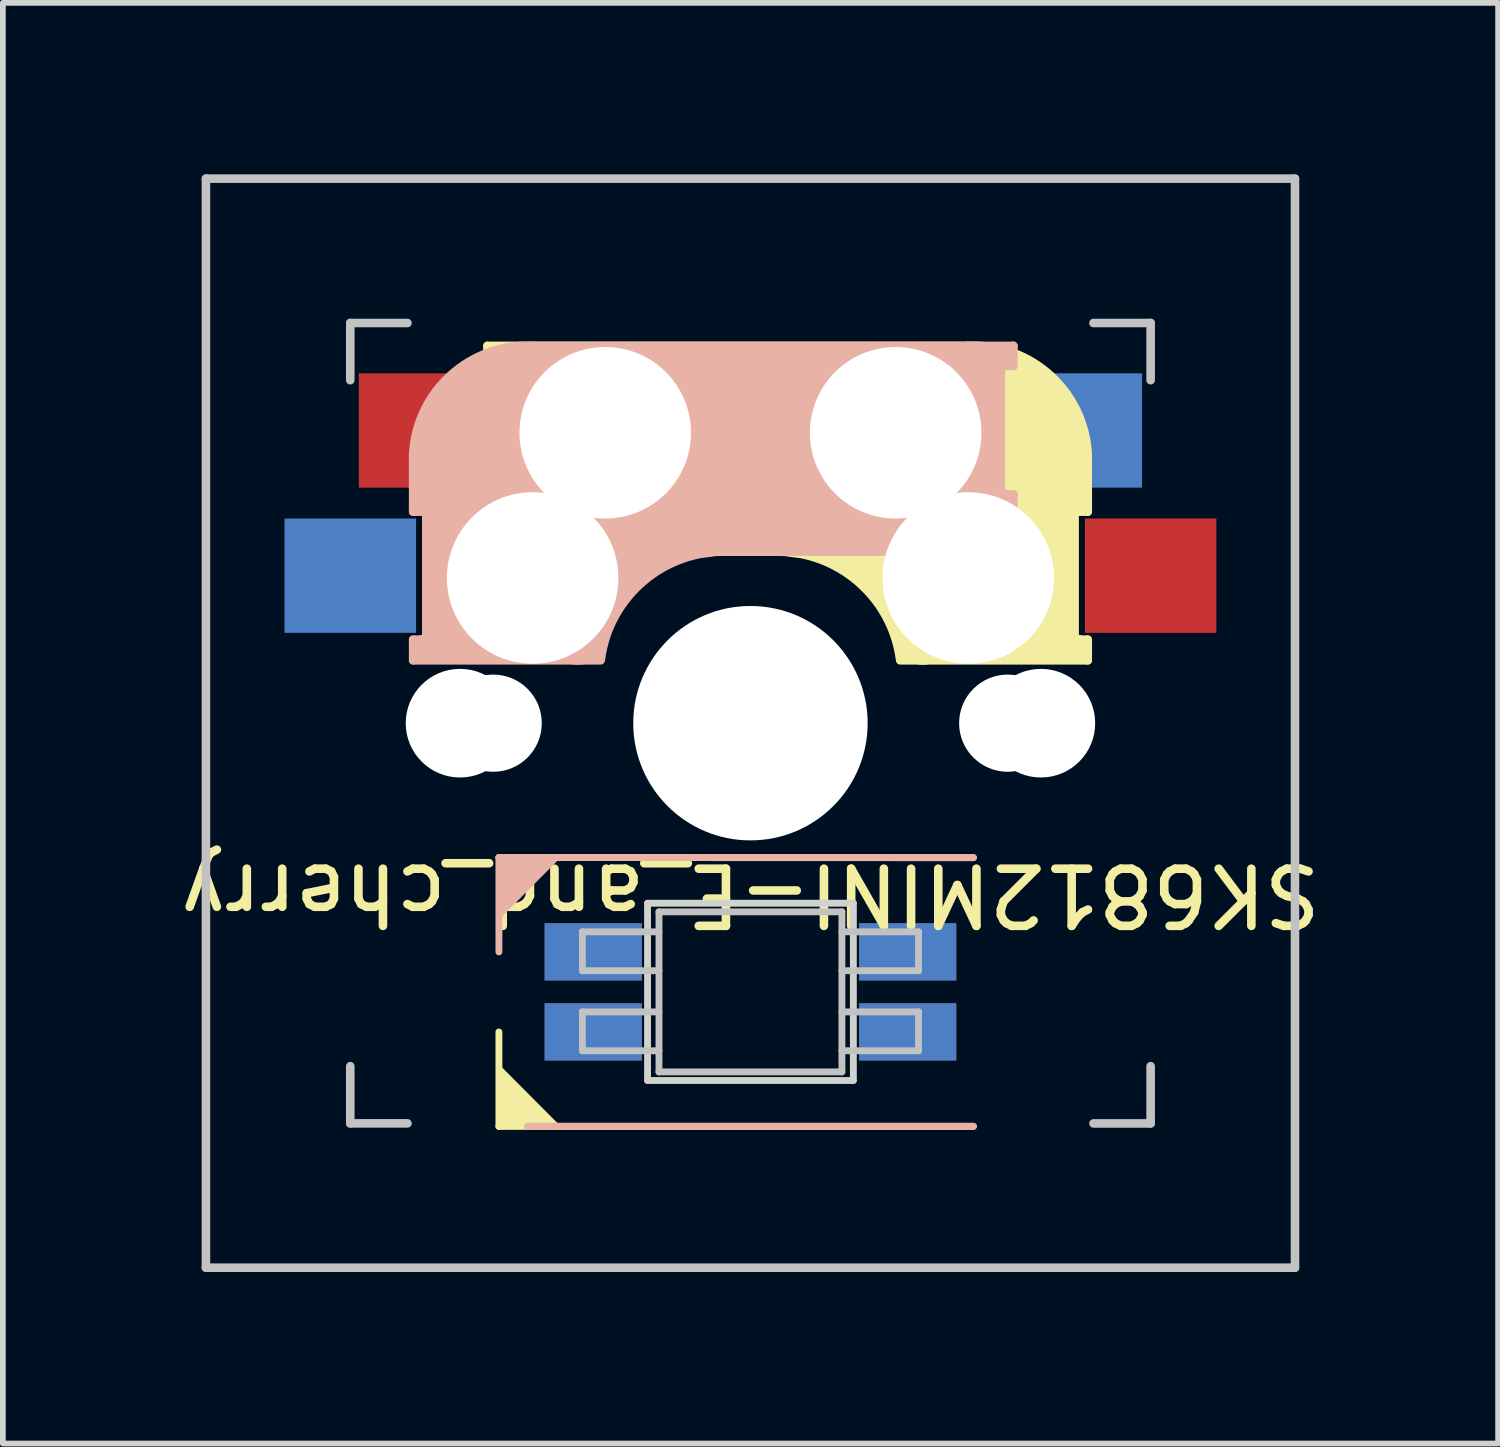
<source format=kicad_pcb>
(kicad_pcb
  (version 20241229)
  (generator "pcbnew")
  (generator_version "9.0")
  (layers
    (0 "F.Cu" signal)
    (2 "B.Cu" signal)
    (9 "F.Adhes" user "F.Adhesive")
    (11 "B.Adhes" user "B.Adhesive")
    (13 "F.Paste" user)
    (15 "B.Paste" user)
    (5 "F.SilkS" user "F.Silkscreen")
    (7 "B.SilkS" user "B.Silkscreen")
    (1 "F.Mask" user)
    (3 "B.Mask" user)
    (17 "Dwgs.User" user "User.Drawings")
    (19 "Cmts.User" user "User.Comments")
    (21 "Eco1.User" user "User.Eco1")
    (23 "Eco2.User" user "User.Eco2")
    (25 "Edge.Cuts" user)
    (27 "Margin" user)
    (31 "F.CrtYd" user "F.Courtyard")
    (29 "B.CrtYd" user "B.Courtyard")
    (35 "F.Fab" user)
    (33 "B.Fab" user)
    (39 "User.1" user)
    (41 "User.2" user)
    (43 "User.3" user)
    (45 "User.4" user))
  (footprint "SK6812MINI-E_and_cherry"
    (layer "F.Cu")
    (at 10.077 9.6)
    (property "Reference" "SK6812MINI-E_and_cherry" (at 0 3 180) (unlocked yes) (layer "F.SilkS") (effects (font (size 1 1) (thickness 0.15))))
    (attr through_hole)
    (fp_line (start -4.6 -6.6) (end 3.8 -6.6) (stroke (width 0.15) (type solid)) (layer "F.SilkS"))
    (fp_line (start -4.6 -6.25) (end -4.6 -6.6) (stroke (width 0.15) (type solid)) (layer "F.SilkS"))
    (fp_line (start -4.6 -4) (end -4.4 -4) (stroke (width 0.15) (type solid)) (layer "F.SilkS"))
    (fp_line (start -4.6 -3) (end -4.6 -4) (stroke (width 0.15) (type solid)) (layer "F.SilkS"))
    (fp_line (start -4.4 -6.4) (end -3 -6.4) (stroke (width 0.4) (type solid)) (layer "F.SilkS"))
    (fp_line (start -4.4 -6.25) (end -4.6 -6.25) (stroke (width 0.15) (type solid)) (layer "F.SilkS"))
    (fp_line (start -4.4 -3.9) (end -4.4 -3.2) (stroke (width 0.4) (type solid)) (layer "F.SilkS"))
    (fp_line (start -4.4 2.35) (end 3.9 2.353) (stroke (width 0.12) (type solid)) (layer "F.SilkS"))
    (fp_line (start -4.4 7.053) (end -4.4 5.402) (stroke (width 0.12) (type solid)) (layer "F.SilkS"))
    (fp_line (start -4.38 -4) (end -4.38 -6.25) (stroke (width 0.15) (type solid)) (layer "F.SilkS"))
    (fp_line (start -4.3 -3.3) (end -2.9 -3.3) (stroke (width 0.5) (type solid)) (layer "F.SilkS"))
    (fp_line (start -3.9 -6) (end -3.9 -3.5) (stroke (width 1) (type solid)) (layer "F.SilkS"))
    (fp_line (start -2.6 -4.8) (end 4.1 -4.8) (stroke (width 3.5) (type solid)) (layer "F.SilkS"))
    (fp_line (start 0.4 -3) (end -4.6 -3) (stroke (width 0.15) (type solid)) (layer "F.SilkS"))
    (fp_line (start 3.9 7.053) (end -4.4 7.053) (stroke (width 0.12) (type solid)) (layer "F.SilkS"))
    (fp_line (start 4.17 -5.1) (end 4.17 -2.86) (stroke (width 3) (type solid)) (layer "F.SilkS"))
    (fp_line (start 5.3 -1.6) (end 5.3 -3.4) (stroke (width 0.8) (type solid)) (layer "F.SilkS"))
    (fp_line (start 5.67 -3.7) (end 5.67 -1.46) (stroke (width 0.15) (type solid)) (layer "F.SilkS"))
    (fp_line (start 5.7 -1.46) (end 5.9 -1.46) (stroke (width 0.15) (type solid)) (layer "F.SilkS"))
    (fp_line (start 5.7 -1.3) (end 3 -1.3) (stroke (width 0.5) (type solid)) (layer "F.SilkS"))
    (fp_line (start 5.8 -3.8) (end 5.8 -4.7) (stroke (width 0.3) (type solid)) (layer "F.SilkS"))
    (fp_line (start 5.9 -4.7) (end 5.9 -3.7) (stroke (width 0.15) (type solid)) (layer "F.SilkS"))
    (fp_line (start 5.9 -3.7) (end 5.7 -3.7) (stroke (width 0.15) (type solid)) (layer "F.SilkS"))
    (fp_line (start 5.9 -1.1) (end 2.62 -1.1) (stroke (width 0.15) (type solid)) (layer "F.SilkS"))
    (fp_line (start 5.9 -1.1) (end 5.9 -1.46) (stroke (width 0.15) (type solid)) (layer "F.SilkS"))
    (fp_arc (start 0.4 -3) (mid 1.868709 -2.486118) (end 2.616318 -1.121471) (stroke (width 0.15) (type solid)) (layer "F.SilkS"))
    (fp_arc (start 0.8 -3.4) (mid 2.268709 -2.886118) (end 3.016318 -1.521471) (stroke (width 1) (type solid)) (layer "F.SilkS"))
    (fp_arc (start 3.8 -6.600001) (mid 5.243504 -6.084925) (end 5.900001 -4.7) (stroke (width 0.15) (type solid)) (layer "F.SilkS"))
    (fp_poly (pts (xy -3.392 7.05) (xy -4.4 7.053) (xy -4.4 6.037)) (stroke (width 0.1) (type solid)) (fill yes) (layer "F.SilkS"))
    (fp_line (start -5.9 -4.7) (end -5.9 -3.7) (stroke (width 0.15) (type solid)) (layer "B.SilkS"))
    (fp_line (start -5.9 -3.7) (end -5.7 -3.7) (stroke (width 0.15) (type solid)) (layer "B.SilkS"))
    (fp_line (start -5.9 -1.1) (end -5.9 -1.46) (stroke (width 0.15) (type solid)) (layer "B.SilkS"))
    (fp_line (start -5.9 -1.1) (end -2.62 -1.1) (stroke (width 0.15) (type solid)) (layer "B.SilkS"))
    (fp_line (start -5.8 -3.8) (end -5.8 -4.7) (stroke (width 0.3) (type solid)) (layer "B.SilkS"))
    (fp_line (start -5.7 -1.46) (end -5.9 -1.46) (stroke (width 0.15) (type solid)) (layer "B.SilkS"))
    (fp_line (start -5.7 -1.3) (end -3 -1.3) (stroke (width 0.5) (type solid)) (layer "B.SilkS"))
    (fp_line (start -5.67 -3.7) (end -5.67 -1.46) (stroke (width 0.15) (type solid)) (layer "B.SilkS"))
    (fp_line (start -5.3 -1.6) (end -5.3 -3.4) (stroke (width 0.8) (type solid)) (layer "B.SilkS"))
    (fp_line (start -4.4 2.35) (end -4.4 4.001) (stroke (width 0.12) (type solid)) (layer "B.SilkS"))
    (fp_line (start -4.17 -5.1) (end -4.17 -2.86) (stroke (width 3) (type solid)) (layer "B.SilkS"))
    (fp_line (start -3.9 7.05) (end 3.9 7.05) (stroke (width 0.12) (type solid)) (layer "B.SilkS"))
    (fp_line (start -0.4 -3) (end 4.6 -3) (stroke (width 0.15) (type solid)) (layer "B.SilkS"))
    (fp_line (start 2.6 -4.8) (end -4.1 -4.8) (stroke (width 3.5) (type solid)) (layer "B.SilkS"))
    (fp_line (start 3.9 -6) (end 3.9 -3.5) (stroke (width 1) (type solid)) (layer "B.SilkS"))
    (fp_line (start 3.9 2.35) (end -4.4 2.35) (stroke (width 0.12) (type solid)) (layer "B.SilkS"))
    (fp_line (start 4.3 -3.3) (end 2.9 -3.3) (stroke (width 0.5) (type solid)) (layer "B.SilkS"))
    (fp_line (start 4.38 -4) (end 4.38 -6.25) (stroke (width 0.15) (type solid)) (layer "B.SilkS"))
    (fp_line (start 4.4 -6.4) (end 3 -6.4) (stroke (width 0.4) (type solid)) (layer "B.SilkS"))
    (fp_line (start 4.4 -6.25) (end 4.6 -6.25) (stroke (width 0.15) (type solid)) (layer "B.SilkS"))
    (fp_line (start 4.4 -3.9) (end 4.4 -3.2) (stroke (width 0.4) (type solid)) (layer "B.SilkS"))
    (fp_line (start 4.6 -6.6) (end -3.8 -6.6) (stroke (width 0.15) (type solid)) (layer "B.SilkS"))
    (fp_line (start 4.6 -6.25) (end 4.6 -6.6) (stroke (width 0.15) (type solid)) (layer "B.SilkS"))
    (fp_line (start 4.6 -4) (end 4.4 -4) (stroke (width 0.15) (type solid)) (layer "B.SilkS"))
    (fp_line (start 4.6 -3) (end 4.6 -4) (stroke (width 0.15) (type solid)) (layer "B.SilkS"))
    (fp_arc (start -5.9 -4.699999) (mid -5.243504 -6.084924) (end -3.800001 -6.6) (stroke (width 0.15) (type solid)) (layer "B.SilkS"))
    (fp_arc (start -3.016318 -1.521471) (mid -2.268709 -2.886118) (end -0.8 -3.4) (stroke (width 1) (type solid)) (layer "B.SilkS"))
    (fp_arc (start -2.616318 -1.121471) (mid -1.868709 -2.486118) (end -0.4 -3) (stroke (width 0.15) (type solid)) (layer "B.SilkS"))
    (fp_poly (pts (xy -4.4 3.366) (xy -4.4 2.35) (xy -3.392 2.35)) (stroke (width 0.1) (type solid)) (fill yes) (layer "B.SilkS"))
    (fp_line (start -9.525 -9.525) (end 9.525 -9.525) (stroke (width 0.15) (type solid)) (layer "Dwgs.User"))
    (fp_line (start -9.525 9.525) (end -9.525 -9.525) (stroke (width 0.15) (type solid)) (layer "Dwgs.User"))
    (fp_line (start -7 -7) (end -6 -7) (stroke (width 0.15) (type solid)) (layer "Dwgs.User"))
    (fp_line (start -7 -6) (end -7 -7) (stroke (width 0.15) (type solid)) (layer "Dwgs.User"))
    (fp_line (start -7 6) (end -7 7) (stroke (width 0.15) (type solid)) (layer "Dwgs.User"))
    (fp_line (start -7 7) (end -6 7) (stroke (width 0.15) (type solid)) (layer "Dwgs.User"))
    (fp_line (start -2.94 3.65) (end -2.94 4.33) (stroke (width 0.12) (type solid)) (layer "Dwgs.User"))
    (fp_line (start -2.94 4.33) (end -1.6 4.33) (stroke (width 0.12) (type solid)) (layer "Dwgs.User"))
    (fp_line (start -2.94 5.05) (end -2.94 5.73) (stroke (width 0.12) (type solid)) (layer "Dwgs.User"))
    (fp_line (start -2.94 5.73) (end -1.6 5.73) (stroke (width 0.12) (type solid)) (layer "Dwgs.User"))
    (fp_line (start -1.6 3.3) (end -1.6 6.1) (stroke (width 0.12) (type solid)) (layer "Dwgs.User"))
    (fp_line (start -1.6 3.3) (end 1.6 3.3) (stroke (width 0.12) (type solid)) (layer "Dwgs.User"))
    (fp_line (start -1.6 3.65) (end -2.94 3.65) (stroke (width 0.12) (type solid)) (layer "Dwgs.User"))
    (fp_line (start -1.6 5.05) (end -2.94 5.05) (stroke (width 0.12) (type solid)) (layer "Dwgs.User"))
    (fp_line (start -1.6 6.1) (end 1.6 6.1) (stroke (width 0.12) (type solid)) (layer "Dwgs.User"))
    (fp_line (start 1.6 3.3) (end 1.6 6.1) (stroke (width 0.12) (type solid)) (layer "Dwgs.User"))
    (fp_line (start 1.6 4.33) (end 2.94 4.33) (stroke (width 0.12) (type solid)) (layer "Dwgs.User"))
    (fp_line (start 1.6 5.73) (end 2.94 5.73) (stroke (width 0.12) (type solid)) (layer "Dwgs.User"))
    (fp_line (start 2.94 3.65) (end 1.6 3.65) (stroke (width 0.12) (type solid)) (layer "Dwgs.User"))
    (fp_line (start 2.94 4.33) (end 2.94 3.65) (stroke (width 0.12) (type solid)) (layer "Dwgs.User"))
    (fp_line (start 2.94 5.05) (end 1.6 5.05) (stroke (width 0.12) (type solid)) (layer "Dwgs.User"))
    (fp_line (start 2.94 5.73) (end 2.94 5.05) (stroke (width 0.12) (type solid)) (layer "Dwgs.User"))
    (fp_line (start 7 -7) (end 6 -7) (stroke (width 0.15) (type solid)) (layer "Dwgs.User"))
    (fp_line (start 7 -7) (end 7 -6) (stroke (width 0.15) (type solid)) (layer "Dwgs.User"))
    (fp_line (start 7 7) (end 7 6) (stroke (width 0.15) (type solid)) (layer "Dwgs.User"))
    (fp_line (start 7 7.001) (end 6 7.001) (stroke (width 0.15) (type solid)) (layer "Dwgs.User"))
    (fp_line (start 9.525 -9.525) (end 9.525 9.525) (stroke (width 0.15) (type solid)) (layer "Dwgs.User"))
    (fp_line (start 9.525 9.525) (end -9.525 9.525) (stroke (width 0.15) (type solid)) (layer "Dwgs.User"))
    (fp_line (start -1.8 3.15) (end -1.8 6.25) (stroke (width 0.12) (type solid)) (layer "Edge.Cuts"))
    (fp_line (start -1.8 6.25) (end 1.8 6.25) (stroke (width 0.12) (type solid)) (layer "Edge.Cuts"))
    (fp_line (start 1.8 3.15) (end -1.8 3.15) (stroke (width 0.12) (type solid)) (layer "Edge.Cuts"))
    (fp_line (start 1.8 6.25) (end 1.8 3.15) (stroke (width 0.12) (type solid)) (layer "Edge.Cuts"))
    (pad "" np_thru_hole circle (at -5.08 0) (size 1.9 1.9) (drill 1.9) (layers "*.Cu" "*.Mask"))
    (pad "" np_thru_hole circle (at -4.5 0) (size 1.7 1.7) (drill 1.7) (layers "*.Cu" "*.Mask"))
    (pad "" np_thru_hole circle (at -3.81 -2.54 180) (size 3 3) (drill 3) (layers "*.Cu" "*.Mask"))
    (pad "" np_thru_hole circle (at -2.54 -5.08 180) (size 3 3) (drill 3) (layers "*.Cu" "*.Mask"))
    (pad "" np_thru_hole circle (at 0 0 90) (size 4.1 4.1) (drill 4.1) (layers "*.Cu" "*.Mask"))
    (pad "" np_thru_hole circle (at 2.54 -5.08 180) (size 3 3) (drill 3) (layers "*.Cu" "*.Mask"))
    (pad "" np_thru_hole circle (at 3.81 -2.54 180) (size 3 3) (drill 3) (layers "*.Cu" "*.Mask"))
    (pad "" np_thru_hole circle (at 4.5 0) (size 1.7 1.7) (drill 1.7) (layers "*.Cu" "*.Mask"))
    (pad "" np_thru_hole circle (at 5.08 0) (size 1.9 1.9) (drill 1.9) (layers "*.Cu" "*.Mask"))
    (pad "1" smd rect (at 2.75 4) (size 1.7 1) (layers "F.Cu" "F.Mask" "F.Paste"))
    (pad "1" smd rect (at 2.75 5.4) (size 1.7 1) (layers "B.Cu" "B.Mask" "B.Paste"))
    (pad "2" smd rect (at 2.75 4) (size 1.7 1) (layers "B.Cu" "B.Mask" "B.Paste"))
    (pad "2" smd rect (at 2.75 5.4) (size 1.7 1) (layers "F.Cu" "F.Mask" "F.Paste"))
    (pad "3" smd rect (at -2.75 4) (size 1.7 1) (layers "B.Cu" "B.Mask" "B.Paste"))
    (pad "3" smd rect (at -2.75 5.4) (size 1.7 1) (layers "F.Cu" "F.Mask" "F.Paste"))
    (pad "4" smd rect (at -2.75 4) (size 1.7 1) (layers "F.Cu" "F.Mask" "F.Paste"))
    (pad "4" smd rect (at -2.75 5.4) (size 1.7 1) (layers "B.Cu" "B.Mask" "B.Paste"))
    (pad "5" smd rect (at -7 -2.58 180) (size 2.3 2) (layers "B.Cu" "B.Mask" "B.Paste"))
    (pad "5" smd rect (at 7 -2.58 180) (size 2.3 2) (layers "F.Cu" "F.Mask" "F.Paste"))
    (pad "6" smd rect (at -5.7 -5.12 180) (size 2.3 2) (layers "F.Cu" "F.Mask"))
    (pad "6" smd rect (at 5.7 -5.12 180) (size 2.3 2) (layers "B.Cu" "B.Mask" "B.Paste")))
  (gr_rect
    (start -3 -3)
    (end 23.155 22.2)
    (stroke (width 0.1) (type default))
    (fill no)
    (layer "Edge.Cuts")))
</source>
